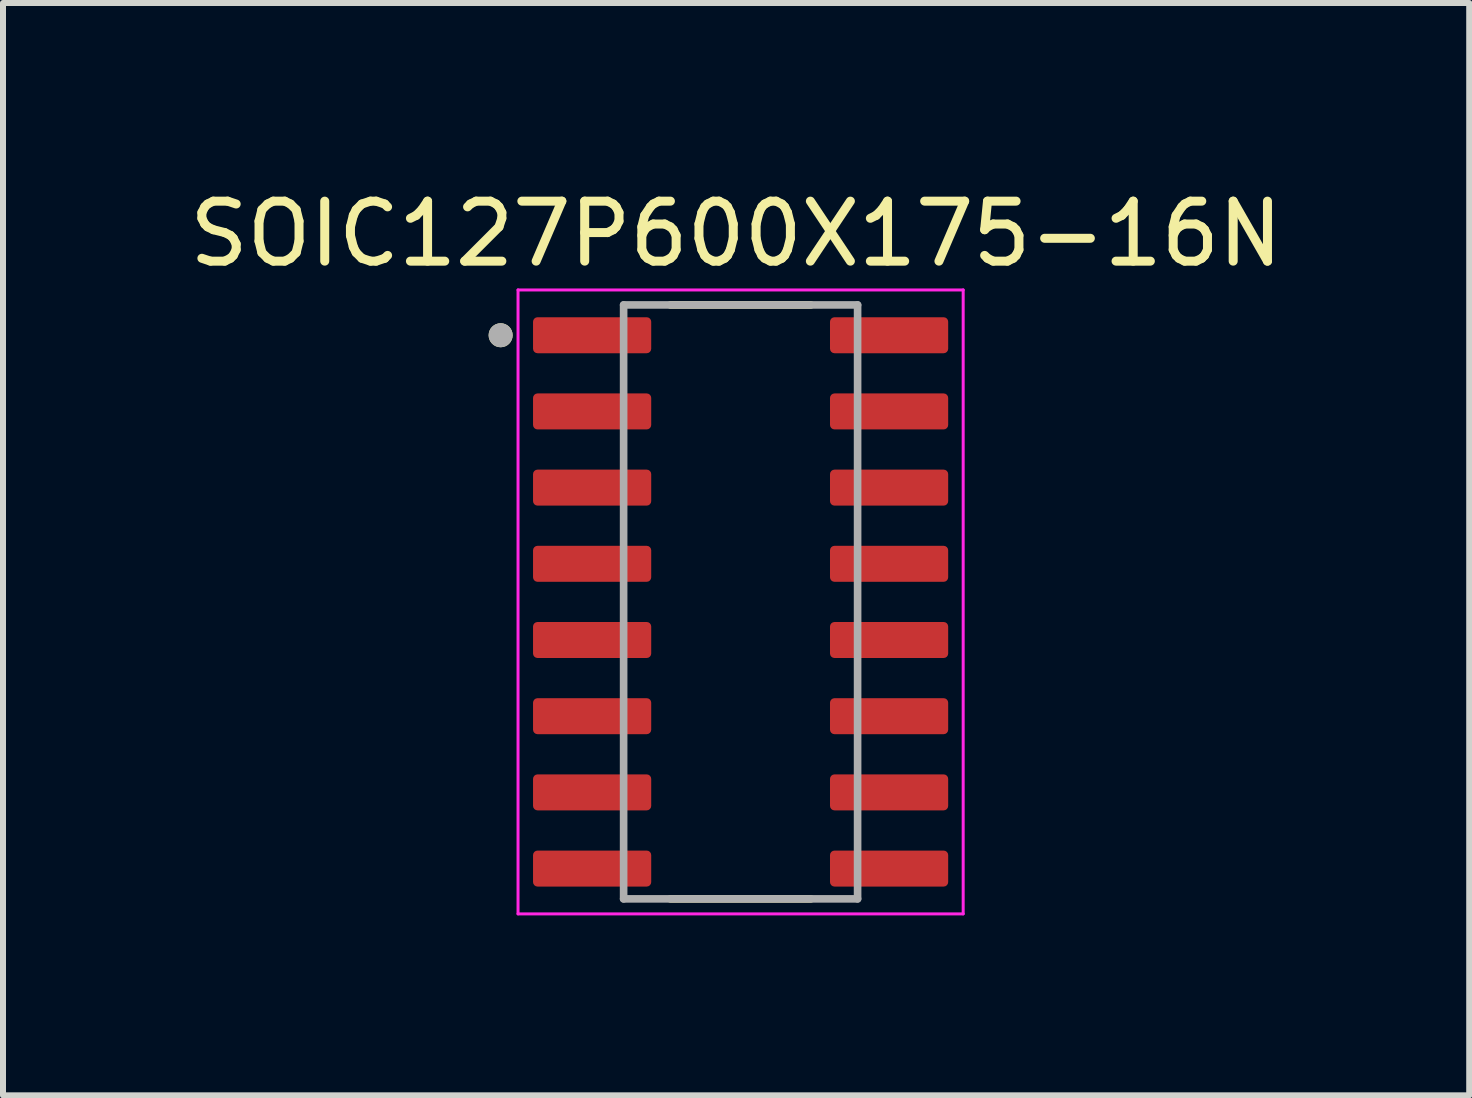
<source format=kicad_pcb>
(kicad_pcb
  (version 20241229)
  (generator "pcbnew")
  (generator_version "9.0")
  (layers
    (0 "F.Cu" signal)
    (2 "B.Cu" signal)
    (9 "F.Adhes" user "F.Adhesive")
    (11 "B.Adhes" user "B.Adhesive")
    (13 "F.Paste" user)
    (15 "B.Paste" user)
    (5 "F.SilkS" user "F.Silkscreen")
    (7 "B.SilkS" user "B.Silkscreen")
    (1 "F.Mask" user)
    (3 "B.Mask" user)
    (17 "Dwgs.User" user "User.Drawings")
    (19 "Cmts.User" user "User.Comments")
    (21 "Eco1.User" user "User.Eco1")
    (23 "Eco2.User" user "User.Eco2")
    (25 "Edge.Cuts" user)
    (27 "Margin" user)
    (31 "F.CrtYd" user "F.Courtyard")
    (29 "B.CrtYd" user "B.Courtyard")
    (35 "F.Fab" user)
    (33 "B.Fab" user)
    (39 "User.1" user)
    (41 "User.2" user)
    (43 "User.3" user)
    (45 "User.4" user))
  (footprint "SOIC127P600X175-16N"
    (layer "F.Cu")
    (at 9.295 6.983)
    (property "Reference" "SOIC127P600X175-16N" (at -0.075 -6.135 0) (layer "F.SilkS") (effects (font (size 1 1) (thickness 0.15))))
    (attr smd)
    (fp_line (start -1.17 -4.95) (end 1.17 -4.95) (stroke (width 0.127) (type solid)) (layer "F.SilkS"))
    (fp_line (start 1.17 4.95) (end -1.17 4.95) (stroke (width 0.127) (type solid)) (layer "F.SilkS"))
    (fp_circle (center -4 -4.445) (end -3.9 -4.445) (stroke (width 0.2) (type solid)) (fill no) (layer "F.SilkS"))
    (fp_line (start -3.71 -5.2) (end 3.71 -5.2) (stroke (width 0.05) (type solid)) (layer "F.CrtYd"))
    (fp_line (start -3.71 5.2) (end -3.71 -5.2) (stroke (width 0.05) (type solid)) (layer "F.CrtYd"))
    (fp_line (start 3.71 -5.2) (end 3.71 5.2) (stroke (width 0.05) (type solid)) (layer "F.CrtYd"))
    (fp_line (start 3.71 5.2) (end -3.71 5.2) (stroke (width 0.05) (type solid)) (layer "F.CrtYd"))
    (fp_line (start -1.95 -4.95) (end 1.95 -4.95) (stroke (width 0.127) (type solid)) (layer "F.Fab"))
    (fp_line (start -1.95 4.95) (end -1.95 -4.95) (stroke (width 0.127) (type solid)) (layer "F.Fab"))
    (fp_line (start 1.95 -4.95) (end 1.95 4.95) (stroke (width 0.127) (type solid)) (layer "F.Fab"))
    (fp_line (start 1.95 4.95) (end -1.95 4.95) (stroke (width 0.127) (type solid)) (layer "F.Fab"))
    (fp_circle (center -4 -4.445) (end -3.9 -4.445) (stroke (width 0.2) (type solid)) (fill no) (layer "F.Fab"))
    (pad "1" smd roundrect (at -2.475 -4.445) (size 1.97 0.6) (layers "F.Cu" "F.Mask" "F.Paste") (roundrect_rratio 0.125))
    (pad "2" smd roundrect (at -2.475 -3.175) (size 1.97 0.6) (layers "F.Cu" "F.Mask" "F.Paste") (roundrect_rratio 0.125))
    (pad "3" smd roundrect (at -2.475 -1.905) (size 1.97 0.6) (layers "F.Cu" "F.Mask" "F.Paste") (roundrect_rratio 0.125))
    (pad "4" smd roundrect (at -2.475 -0.635) (size 1.97 0.6) (layers "F.Cu" "F.Mask" "F.Paste") (roundrect_rratio 0.125))
    (pad "5" smd roundrect (at -2.475 0.635) (size 1.97 0.6) (layers "F.Cu" "F.Mask" "F.Paste") (roundrect_rratio 0.125))
    (pad "6" smd roundrect (at -2.475 1.905) (size 1.97 0.6) (layers "F.Cu" "F.Mask" "F.Paste") (roundrect_rratio 0.125))
    (pad "7" smd roundrect (at -2.475 3.175) (size 1.97 0.6) (layers "F.Cu" "F.Mask" "F.Paste") (roundrect_rratio 0.125))
    (pad "8" smd roundrect (at -2.475 4.445) (size 1.97 0.6) (layers "F.Cu" "F.Mask" "F.Paste") (roundrect_rratio 0.125))
    (pad "9" smd roundrect (at 2.475 4.445) (size 1.97 0.6) (layers "F.Cu" "F.Mask" "F.Paste") (roundrect_rratio 0.125))
    (pad "10" smd roundrect (at 2.475 3.175) (size 1.97 0.6) (layers "F.Cu" "F.Mask" "F.Paste") (roundrect_rratio 0.125))
    (pad "11" smd roundrect (at 2.475 1.905) (size 1.97 0.6) (layers "F.Cu" "F.Mask" "F.Paste") (roundrect_rratio 0.125))
    (pad "12" smd roundrect (at 2.475 0.635) (size 1.97 0.6) (layers "F.Cu" "F.Mask" "F.Paste") (roundrect_rratio 0.125))
    (pad "13" smd roundrect (at 2.475 -0.635) (size 1.97 0.6) (layers "F.Cu" "F.Mask" "F.Paste") (roundrect_rratio 0.125))
    (pad "14" smd roundrect (at 2.475 -1.905) (size 1.97 0.6) (layers "F.Cu" "F.Mask" "F.Paste") (roundrect_rratio 0.125))
    (pad "15" smd roundrect (at 2.475 -3.175) (size 1.97 0.6) (layers "F.Cu" "F.Mask" "F.Paste") (roundrect_rratio 0.125))
    (pad "16" smd roundrect (at 2.475 -4.445) (size 1.97 0.6) (layers "F.Cu" "F.Mask" "F.Paste") (roundrect_rratio 0.125)))
  (gr_rect
    (start -3 -3)
    (end 21.44 15.208)
    (stroke (width 0.1) (type default))
    (fill no)
    (layer "Edge.Cuts")))
</source>
